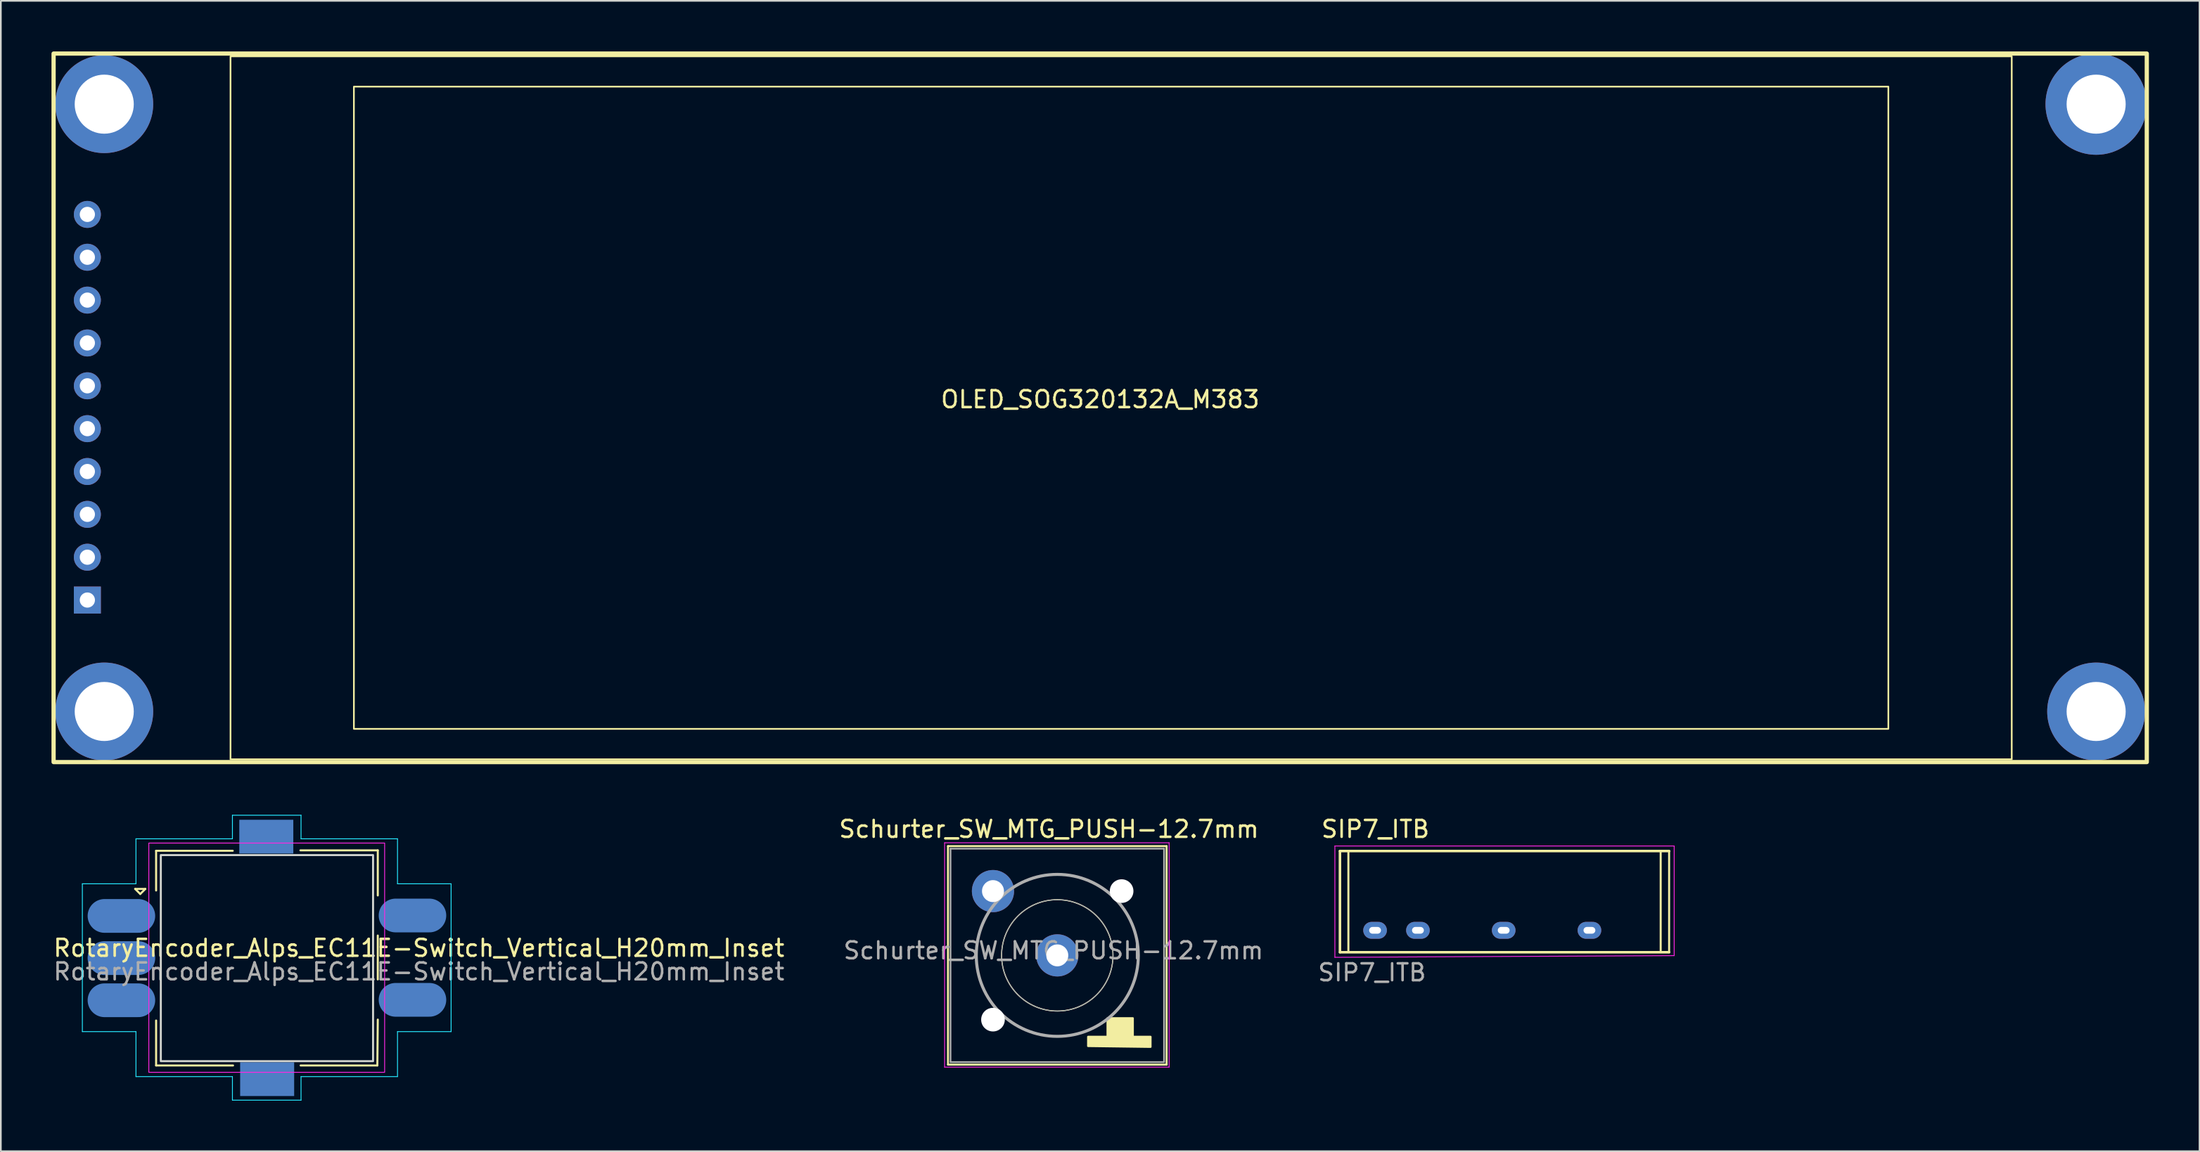
<source format=kicad_pcb>
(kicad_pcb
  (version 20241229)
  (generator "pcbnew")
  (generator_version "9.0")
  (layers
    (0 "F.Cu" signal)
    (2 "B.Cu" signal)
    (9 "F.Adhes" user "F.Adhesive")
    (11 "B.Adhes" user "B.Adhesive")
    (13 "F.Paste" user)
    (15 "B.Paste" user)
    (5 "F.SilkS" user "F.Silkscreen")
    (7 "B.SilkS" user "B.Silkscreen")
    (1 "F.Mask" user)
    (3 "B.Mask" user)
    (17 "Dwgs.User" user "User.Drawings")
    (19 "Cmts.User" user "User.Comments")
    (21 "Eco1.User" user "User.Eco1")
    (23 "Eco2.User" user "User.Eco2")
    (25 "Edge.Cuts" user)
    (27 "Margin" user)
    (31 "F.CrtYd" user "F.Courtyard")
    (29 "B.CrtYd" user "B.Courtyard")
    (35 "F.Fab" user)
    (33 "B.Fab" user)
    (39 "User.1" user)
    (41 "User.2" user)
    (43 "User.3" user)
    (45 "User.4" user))
  (footprint "OLED_SOG320132A_M383"
    (layer "F.Cu")
    (at 62.125 21.125)
    (property "Reference" "OLED_SOG320132A_M383" (at 0 -0.5 0) (unlocked yes) (layer "F.SilkS") (effects (font (size 1 1) (thickness 0.15))))
    (attr smd exclude_from_pos_files)
    (fp_rect (start -62 -21) (end 62 21) (stroke (width 0.25) (type solid)) (fill no) (layer "F.SilkS"))
    (fp_rect (start -51.52 -20.835) (end 54 20.835) (stroke (width 0.1) (type solid)) (fill no) (layer "F.SilkS"))
    (fp_rect (start -44.21 -19.04) (end 46.69 19.03) (stroke (width 0.1) (type solid)) (fill no) (layer "F.SilkS"))
    (pad "" np_thru_hole circle (at -59 -18) (size 5.8 5.8) (drill 3.5) (layers "*.Cu" "*.Mask"))
    (pad "" np_thru_hole circle (at -59 18) (size 5.8 5.8) (drill 3.5) (layers "*.Cu" "*.Mask"))
    (pad "" np_thru_hole circle (at 59 -18) (size 6 6) (drill 3.5) (layers "*.Cu" "*.Mask"))
    (pad "" np_thru_hole circle (at 59 18) (size 5.8 5.8) (drill 3.5) (layers "*.Cu" "*.Mask"))
    (pad "1" thru_hole rect (at -60 11.395) (size 1.6 1.6) (drill 0.9) (layers "*.Cu" "*.Mask"))
    (pad "2" thru_hole circle (at -60 8.855) (size 1.6 1.6) (drill 0.9) (layers "*.Cu" "*.Mask"))
    (pad "3" thru_hole circle (at -60 6.315) (size 1.6 1.6) (drill 0.9) (layers "*.Cu" "*.Mask"))
    (pad "4" thru_hole circle (at -60 3.775) (size 1.6 1.6) (drill 0.9) (layers "*.Cu" "*.Mask"))
    (pad "5" thru_hole circle (at -60 1.235) (size 1.6 1.6) (drill 0.9) (layers "*.Cu" "*.Mask"))
    (pad "6" thru_hole circle (at -60 -1.305) (size 1.6 1.6) (drill 0.9) (layers "*.Cu" "*.Mask"))
    (pad "7" thru_hole circle (at -60 -3.845) (size 1.6 1.6) (drill 0.9) (layers "*.Cu" "*.Mask"))
    (pad "8" thru_hole circle (at -60 -6.385) (size 1.6 1.6) (drill 0.9) (layers "*.Cu" "*.Mask"))
    (pad "9" thru_hole circle (at -60 -8.925) (size 1.6 1.6) (drill 0.9) (layers "*.Cu" "*.Mask"))
    (pad "10" thru_hole circle (at -60 -11.465) (size 1.6 1.6) (drill 0.9) (layers "*.Cu" "*.Mask")))
  (footprint "SIP7_ITB"
    (layer "F.Cu")
    (at 76.328 53.398)
    (property "Reference" "SIP7_ITB" (at 2.1 -7.3 0) (layer "F.SilkS") (effects (font (size 1 1) (thickness 0.15))))
    (attr through_hole)
    (fp_line (start 0 0) (end 0 -6) (stroke (width 0.15) (type solid)) (layer "F.SilkS"))
    (fp_line (start 0.5 -5.95) (end 0.5 -0.05) (stroke (width 0.12) (type solid)) (layer "F.SilkS"))
    (fp_line (start 19 -6) (end 19 -0.1) (stroke (width 0.12) (type solid)) (layer "F.SilkS"))
    (fp_line (start 19.5 -6) (end 0 -6) (stroke (width 0.15) (type solid)) (layer "F.SilkS"))
    (fp_line (start 19.5 -6) (end 19.5 0) (stroke (width 0.12) (type solid)) (layer "F.SilkS"))
    (fp_line (start 19.5 0) (end 0 0) (stroke (width 0.15) (type solid)) (layer "F.SilkS"))
    (fp_line (start -0.3 -6.3) (end -0.3 0.3) (stroke (width 0.05) (type solid)) (layer "F.CrtYd"))
    (fp_line (start -0.3 0.3) (end 19.8 0.2) (stroke (width 0.05) (type solid)) (layer "F.CrtYd"))
    (fp_line (start 19.8 -6.3) (end -0.3 -6.3) (stroke (width 0.05) (type solid)) (layer "F.CrtYd"))
    (fp_line (start 19.8 0.2) (end 19.8 -6.3) (stroke (width 0.05) (type solid)) (layer "F.CrtYd"))
    (fp_text user "${REFERENCE}" (at 1.9 1.2 0) (layer "F.Fab") (effects (font (size 1 1) (thickness 0.15))))
    (pad "1" thru_hole oval (at 2.08 -1.3 90) (size 1 1.4) (drill oval 0.4 0.7) (layers "*.Cu" "*.Mask"))
    (pad "2" thru_hole oval (at 4.62 -1.3 90) (size 1 1.4) (drill oval 0.4 0.7) (layers "*.Cu" "*.Mask"))
    (pad "4" thru_hole oval (at 9.7 -1.3 90) (size 1 1.4) (drill oval 0.4 0.7) (layers "*.Cu" "*.Mask"))
    (pad "6" thru_hole oval (at 14.78 -1.3 90) (size 1 1.4) (drill oval 0.4 0.7) (layers "*.Cu" "*.Mask")))
  (footprint "Schurter_SW_MTG_PUSH-12.7mm"
    (layer "F.Cu")
    (at 53.259 47.258)
    (property "Reference" "Schurter_SW_MTG_PUSH-12.7mm" (at 5.83 -1.16 0) (layer "F.SilkS") (effects (font (size 1 1) (thickness 0.15))))
    (attr through_hole)
    (fp_line (start -0.15 -0.15) (end 12.8 -0.15) (stroke (width 0.12) (type solid)) (layer "F.SilkS"))
    (fp_line (start -0.15 12.8) (end -0.15 -0.15) (stroke (width 0.12) (type solid)) (layer "F.SilkS"))
    (fp_line (start 12.8 -0.15) (end 12.8 12.8) (stroke (width 0.12) (type solid)) (layer "F.SilkS"))
    (fp_line (start 12.8 12.8) (end -0.15 12.8) (stroke (width 0.12) (type solid)) (layer "F.SilkS"))
    (fp_circle (center 6.325 6.325) (end 9.625 6.325) (stroke (width 0.06) (type solid)) (fill no) (layer "F.SilkS"))
    (fp_poly (pts (xy 10.8 11.15) (xy 11.85 11.15) (xy 11.849 11.75) (xy 8.149 11.7) (xy 8.15 11.15) (xy 9.3 11.15) (xy 9.3 10.05) (xy 10.8 10.05)) (stroke (width 0.12) (type solid)) (fill yes) (layer "F.SilkS"))
    (fp_line (start -0.35 -0.35) (end -0.35 12.95) (stroke (width 0.05) (type solid)) (layer "F.CrtYd"))
    (fp_line (start -0.35 -0.35) (end 12.95 -0.35) (stroke (width 0.05) (type solid)) (layer "F.CrtYd"))
    (fp_line (start 12.95 12.95) (end -0.35 12.95) (stroke (width 0.05) (type solid)) (layer "F.CrtYd"))
    (fp_line (start 12.95 12.95) (end 12.95 -0.35) (stroke (width 0.05) (type solid)) (layer "F.CrtYd"))
    (fp_line (start 0 0) (end 0 12.65) (stroke (width 0.1) (type solid)) (layer "F.Fab"))
    (fp_line (start 0 0) (end 12.65 0) (stroke (width 0.1) (type solid)) (layer "F.Fab"))
    (fp_line (start 0 12.65) (end 12.65 12.65) (stroke (width 0.1) (type solid)) (layer "F.Fab"))
    (fp_line (start 12.65 0) (end 12.65 12.65) (stroke (width 0.1) (type solid)) (layer "F.Fab"))
    (fp_circle (center 6.325 6.325) (end 9.625 6.325) (stroke (width 0.06) (type solid)) (fill no) (layer "F.Fab"))
    (fp_circle (center 6.325 6.325) (end 11.125 6.325) (stroke (width 0.18) (type solid)) (fill no) (layer "F.Fab"))
    (fp_text user "${REFERENCE}" (at 6.1 6.04 0) (layer "F.Fab") (effects (font (size 1 1) (thickness 0.15))))
    (pad "" np_thru_hole circle (at 2.515 10.135) (size 1.4 1.4) (drill 1.4) (layers "*.Cu" "*.Mask"))
    (pad "" np_thru_hole circle (at 10.135 2.515) (size 1.4 1.4) (drill 1.4) (layers "*.Cu" "*.Mask"))
    (pad "1" thru_hole circle (at 2.515 2.515) (size 2.5 2.5) (drill 1.3) (layers "*.Cu" "*.Mask"))
    (pad "2" thru_hole circle (at 6.325 6.325) (size 2.5 2.5) (drill 1.3) (layers "*.Cu" "*.Mask")))
  (footprint "RotaryEncoder_Alps_EC11E-Switch_Vertical_H20mm_Inset"
    (layer "F.Cu")
    (at 5.258 51.244)
    (property "Reference" "RotaryEncoder_Alps_EC11E-Switch_Vertical_H20mm_Inset" (at 16.51 1.905 0) (layer "F.SilkS") (effects (font (size 1 1) (thickness 0.15))))
    (attr through_hole)
    (fp_line (start -0.3 -1.6) (end 0.3 -1.6) (stroke (width 0.12) (type solid)) (layer "F.SilkS"))
    (fp_line (start 0 -1.3) (end -0.3 -1.6) (stroke (width 0.12) (type solid)) (layer "F.SilkS"))
    (fp_line (start 0.3 -1.6) (end 0 -1.3) (stroke (width 0.12) (type solid)) (layer "F.SilkS"))
    (fp_line (start 0.94 -3.861) (end 0.94 -1.507) (stroke (width 0.12) (type solid)) (layer "F.SilkS"))
    (fp_line (start 0.94 6.2) (end 0.94 8.865) (stroke (width 0.12) (type solid)) (layer "F.SilkS"))
    (fp_line (start 5.479 -3.861) (end 0.94 -3.861) (stroke (width 0.12) (type solid)) (layer "F.SilkS"))
    (fp_line (start 5.497 8.865) (end 0.94 8.865) (stroke (width 0.12) (type solid)) (layer "F.SilkS"))
    (fp_line (start 9.489 -3.886) (end 14.072 -3.886) (stroke (width 0.12) (type solid)) (layer "F.SilkS"))
    (fp_line (start 14.046 8.865) (end 9.5 8.865) (stroke (width 0.12) (type solid)) (layer "F.SilkS"))
    (fp_line (start 14.072 -3.886) (end 14.072 -1.213) (stroke (width 0.12) (type solid)) (layer "F.SilkS"))
    (fp_line (start 14.072 1.164) (end 14.072 3.764) (stroke (width 0.12) (type solid)) (layer "F.SilkS"))
    (fp_line (start 14.072 6.147) (end 14.046 8.865) (stroke (width 0.12) (type solid)) (layer "F.SilkS"))
    (fp_rect (start 1.219 -3.607) (end 13.792 8.611) (stroke (width 0.12) (type solid)) (fill no) (layer "Edge.Cuts"))
    (fp_line (start -3.429 -1.905) (end -3.429 6.858) (stroke (width 0.05) (type solid)) (layer "B.CrtYd"))
    (fp_line (start -0.254 -4.572) (end -0.254 -1.905) (stroke (width 0.05) (type solid)) (layer "B.CrtYd"))
    (fp_line (start -0.254 -4.572) (end 5.461 -4.572) (stroke (width 0.05) (type solid)) (layer "B.CrtYd"))
    (fp_line (start -0.254 -1.905) (end -3.429 -1.905) (stroke (width 0.05) (type solid)) (layer "B.CrtYd"))
    (fp_line (start -0.254 6.858) (end -3.429 6.858) (stroke (width 0.05) (type solid)) (layer "B.CrtYd"))
    (fp_line (start -0.254 9.525) (end -0.254 6.858) (stroke (width 0.05) (type solid)) (layer "B.CrtYd"))
    (fp_line (start -0.254 9.525) (end 5.461 9.525) (stroke (width 0.05) (type solid)) (layer "B.CrtYd"))
    (fp_line (start 5.461 -5.969) (end 9.525 -5.969) (stroke (width 0.05) (type solid)) (layer "B.CrtYd"))
    (fp_line (start 5.461 -4.572) (end 5.461 -5.969) (stroke (width 0.05) (type solid)) (layer "B.CrtYd"))
    (fp_line (start 5.461 10.922) (end 5.461 9.525) (stroke (width 0.05) (type solid)) (layer "B.CrtYd"))
    (fp_line (start 5.461 10.922) (end 9.525 10.922) (stroke (width 0.05) (type solid)) (layer "B.CrtYd"))
    (fp_line (start 9.525 -4.572) (end 9.525 -5.969) (stroke (width 0.05) (type solid)) (layer "B.CrtYd"))
    (fp_line (start 9.525 -4.572) (end 15.24 -4.572) (stroke (width 0.05) (type solid)) (layer "B.CrtYd"))
    (fp_line (start 9.525 10.922) (end 9.525 9.525) (stroke (width 0.05) (type solid)) (layer "B.CrtYd"))
    (fp_line (start 15.24 -4.572) (end 15.24 -1.905) (stroke (width 0.05) (type solid)) (layer "B.CrtYd"))
    (fp_line (start 15.24 -1.905) (end 18.415 -1.905) (stroke (width 0.05) (type solid)) (layer "B.CrtYd"))
    (fp_line (start 15.24 6.858) (end 18.415 6.858) (stroke (width 0.05) (type solid)) (layer "B.CrtYd"))
    (fp_line (start 15.24 9.525) (end 9.525 9.525) (stroke (width 0.05) (type solid)) (layer "B.CrtYd"))
    (fp_line (start 15.24 9.525) (end 15.24 6.858) (stroke (width 0.05) (type solid)) (layer "B.CrtYd"))
    (fp_line (start 18.415 6.858) (end 18.415 -1.905) (stroke (width 0.05) (type solid)) (layer "B.CrtYd"))
    (fp_rect (start 0.508 -4.318) (end 14.478 9.271) (stroke (width 0.05) (type solid)) (fill no) (layer "F.CrtYd"))
    (fp_text user "${REFERENCE}" (at 16.51 3.302 0) (layer "F.Fab") (effects (font (size 1 1) (thickness 0.15))))
    (pad "A" smd oval (at -1.116 0) (size 4 2) (layers "B.Cu" "B.Mask" "B.Paste"))
    (pad "B" smd oval (at -1.116 5) (size 4 2) (layers "B.Cu" "B.Mask" "B.Paste"))
    (pad "C" smd oval (at -1.116 2.5) (size 4 2) (layers "B.Cu" "B.Mask" "B.Paste"))
    (pad "MP" smd rect (at 7.468 -4.699) (size 3.2 2) (layers "B.Cu" "B.Mask" "B.Paste"))
    (pad "MP" smd rect (at 7.518 9.677) (size 3.2 2) (layers "B.Cu" "B.Mask" "B.Paste"))
    (pad "S1" smd oval (at 16.127 4.975) (size 4 2) (layers "B.Cu" "B.Mask" "B.Paste"))
    (pad "S2" smd oval (at 16.127 -0.025) (size 4 2) (layers "B.Cu" "B.Mask" "B.Paste")))
  (gr_rect
    (start -3 -3)
    (end 127.25 65.191)
    (stroke (width 0.1) (type default))
    (fill no)
    (layer "Edge.Cuts")))
</source>
